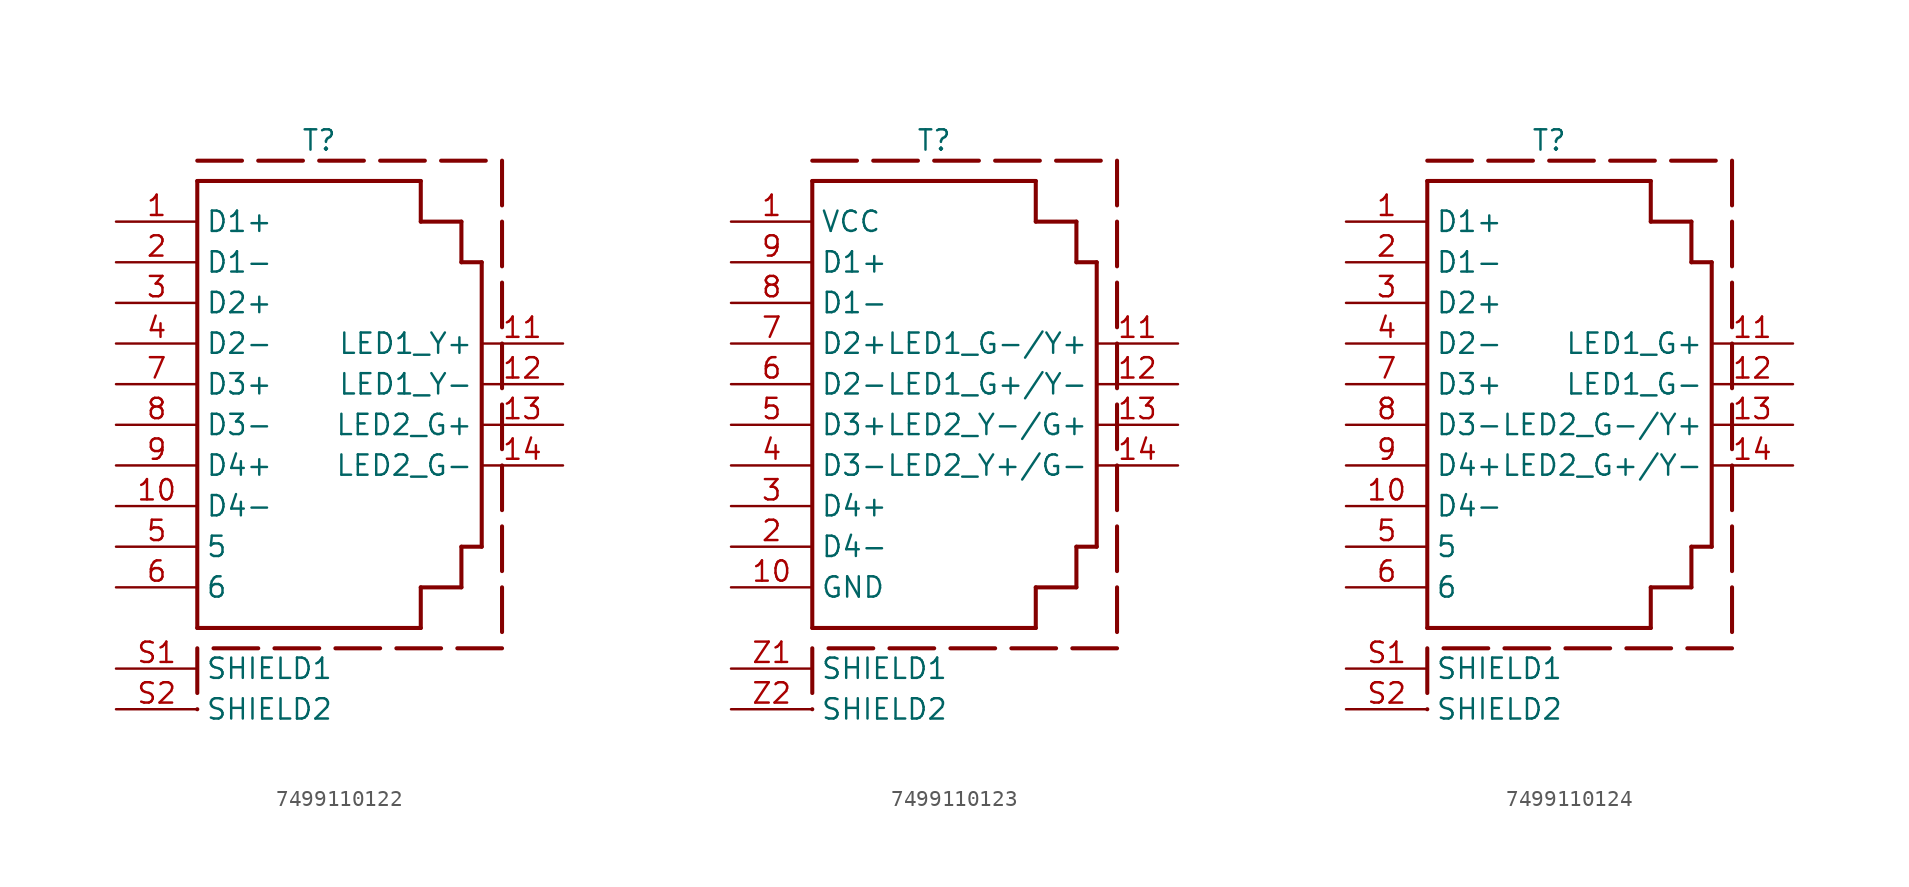
<source format=kicad_sym>
(kicad_symbol_lib
  (version 20220914)
  (generator kicad_symbol_editor)
  (symbol "7499110122"
    (property "Reference" "T"
      (at 0 17.78 0)
      (effects (font (size 1.27 1.27))))
    (property "Critical Parameter" ""
      (at 0 -5.08 0)
      (effects (font (size 1.27 1.27)) (justify left)))
    (symbol "7499110122_0_0"
      (polyline (pts (xy -7.62 -12.7) (xy -7.62 15.24)) (stroke (width 0.254) (type default)) (fill (type none)))
      (polyline (pts (xy -7.62 15.24) (xy 6.35 15.24)) (stroke (width 0.254) (type default)) (fill (type none)))
      (polyline (pts (xy 6.35 -12.7) (xy -7.62 -12.7)) (stroke (width 0.254) (type default)) (fill (type none)))
      (polyline (pts (xy 6.35 -12.7) (xy 6.35 -10.16)) (stroke (width 0.254) (type default)) (fill (type none)))
      (polyline (pts (xy 6.35 -10.16) (xy 8.89 -10.16)) (stroke (width 0.254) (type default)) (fill (type none)))
      (polyline (pts (xy 6.35 12.7) (xy 8.89 12.7)) (stroke (width 0.254) (type default)) (fill (type none)))
      (polyline (pts (xy 6.35 15.24) (xy 6.35 12.7)) (stroke (width 0.254) (type default)) (fill (type none)))
      (polyline (pts (xy 8.89 -10.16) (xy 8.89 -7.62)) (stroke (width 0.254) (type default)) (fill (type none)))
      (polyline (pts (xy 8.89 -7.62) (xy 10.16 -7.62)) (stroke (width 0.254) (type default)) (fill (type none)))
      (polyline (pts (xy 8.89 10.16) (xy 10.16 10.16)) (stroke (width 0.254) (type default)) (fill (type none)))
      (polyline (pts (xy 8.89 12.7) (xy 8.89 10.16)) (stroke (width 0.254) (type default)) (fill (type none)))
      (polyline (pts (xy 10.16 10.16) (xy 10.16 -7.62)) (stroke (width 0.254) (type default)) (fill (type none)))
      (pin passive line (at -12.7 12.7 0) (length 5.08) (name "D1+" (effects (font (size 1.27 1.27)))) (number "1" (effects (font (size 1.27 1.27)))))
      (pin passive line (at -12.7 -5.08 0) (length 5.08) (name "D4-" (effects (font (size 1.27 1.27)))) (number "10" (effects (font (size 1.27 1.27)))))
      (pin passive line (at -12.7 10.16 0) (length 5.08) (name "D1-" (effects (font (size 1.27 1.27)))) (number "2" (effects (font (size 1.27 1.27)))))
      (pin passive line (at -12.7 7.62 0) (length 5.08) (name "D2+" (effects (font (size 1.27 1.27)))) (number "3" (effects (font (size 1.27 1.27)))))
      (pin passive line (at -12.7 5.08 0) (length 5.08) (name "D2-" (effects (font (size 1.27 1.27)))) (number "4" (effects (font (size 1.27 1.27)))))
      (pin passive line (at -12.7 -7.62 0) (length 5.08) (name "5" (effects (font (size 1.27 1.27)))) (number "5" (effects (font (size 1.27 1.27)))))
      (pin passive line (at -12.7 -10.16 0) (length 5.08) (name "6" (effects (font (size 1.27 1.27)))) (number "6" (effects (font (size 1.27 1.27)))))
      (pin passive line (at -12.7 2.54 0) (length 5.08) (name "D3+" (effects (font (size 1.27 1.27)))) (number "7" (effects (font (size 1.27 1.27)))))
      (pin passive line (at -12.7 0 0) (length 5.08) (name "D3-" (effects (font (size 1.27 1.27)))) (number "8" (effects (font (size 1.27 1.27)))))
      (pin passive line (at -12.7 -2.54 0) (length 5.08) (name "D4+" (effects (font (size 1.27 1.27)))) (number "9" (effects (font (size 1.27 1.27)))))
      (pin passive line (at -12.7 -15.24 0) (length 5.08) (name "SHIELD1" (effects (font (size 1.27 1.27)))) (number "S1" (effects (font (size 1.27 1.27)))))
      (pin passive line (at -12.7 -17.78 0) (length 5.08) (name "SHIELD2" (effects (font (size 1.27 1.27)))) (number "S2" (effects (font (size 1.27 1.27))))))
    (symbol "7499110122_1_0"
      (pin passive line (at 15.24 5.08 180) (length 5.08) (name "LED1_Y+" (effects (font (size 1.27 1.27)))) (number "11" (effects (font (size 1.27 1.27)))))
      (pin passive line (at 15.24 2.54 180) (length 5.08) (name "LED1_Y-" (effects (font (size 1.27 1.27)))) (number "12" (effects (font (size 1.27 1.27)))))
      (pin passive line (at 15.24 0 180) (length 5.08) (name "LED2_G+" (effects (font (size 1.27 1.27)))) (number "13" (effects (font (size 1.27 1.27)))))
      (pin passive line (at 15.24 -2.54 180) (length 5.08) (name "LED2_G-" (effects (font (size 1.27 1.27)))) (number "14" (effects (font (size 1.27 1.27))))))
    (symbol "7499110122_1_1"
      (polyline (pts (xy -7.62 16.51) (xy 11.43 16.51) (xy 11.43 -13.97) (xy -7.62 -13.97) (xy -7.62 -17.78)) (stroke (width 0.254) (type dash)) (fill (type none)))))
  (symbol "7499110123"
    (property "Reference" "T"
      (at 0 17.78 0)
      (effects (font (size 1.27 1.27))))
    (property "Critical Parameter" ""
      (at 0 -5.08 0)
      (effects (font (size 1.27 1.27)) (justify left)))
    (symbol "7499110123_0_0"
      (polyline (pts (xy -7.62 -12.7) (xy -7.62 15.24)) (stroke (width 0.254) (type default)) (fill (type none)))
      (polyline (pts (xy -7.62 15.24) (xy 6.35 15.24)) (stroke (width 0.254) (type default)) (fill (type none)))
      (polyline (pts (xy 6.35 -12.7) (xy -7.62 -12.7)) (stroke (width 0.254) (type default)) (fill (type none)))
      (polyline (pts (xy 6.35 -12.7) (xy 6.35 -10.16)) (stroke (width 0.254) (type default)) (fill (type none)))
      (polyline (pts (xy 6.35 -10.16) (xy 8.89 -10.16)) (stroke (width 0.254) (type default)) (fill (type none)))
      (polyline (pts (xy 6.35 12.7) (xy 8.89 12.7)) (stroke (width 0.254) (type default)) (fill (type none)))
      (polyline (pts (xy 6.35 15.24) (xy 6.35 12.7)) (stroke (width 0.254) (type default)) (fill (type none)))
      (polyline (pts (xy 8.89 -10.16) (xy 8.89 -7.62)) (stroke (width 0.254) (type default)) (fill (type none)))
      (polyline (pts (xy 8.89 -7.62) (xy 10.16 -7.62)) (stroke (width 0.254) (type default)) (fill (type none)))
      (polyline (pts (xy 8.89 10.16) (xy 10.16 10.16)) (stroke (width 0.254) (type default)) (fill (type none)))
      (polyline (pts (xy 8.89 12.7) (xy 8.89 10.16)) (stroke (width 0.254) (type default)) (fill (type none)))
      (polyline (pts (xy 10.16 10.16) (xy 10.16 -7.62)) (stroke (width 0.254) (type default)) (fill (type none)))
      (pin passive line (at -12.7 12.7 0) (length 5.08) (name "VCC" (effects (font (size 1.27 1.27)))) (number "1" (effects (font (size 1.27 1.27)))))
      (pin passive line (at -12.7 -10.16 0) (length 5.08) (name "GND" (effects (font (size 1.27 1.27)))) (number "10" (effects (font (size 1.27 1.27)))))
      (pin passive line (at -12.7 -7.62 0) (length 5.08) (name "D4-" (effects (font (size 1.27 1.27)))) (number "2" (effects (font (size 1.27 1.27)))))
      (pin passive line (at -12.7 -5.08 0) (length 5.08) (name "D4+" (effects (font (size 1.27 1.27)))) (number "3" (effects (font (size 1.27 1.27)))))
      (pin passive line (at -12.7 -2.54 0) (length 5.08) (name "D3-" (effects (font (size 1.27 1.27)))) (number "4" (effects (font (size 1.27 1.27)))))
      (pin passive line (at -12.7 0 0) (length 5.08) (name "D3+" (effects (font (size 1.27 1.27)))) (number "5" (effects (font (size 1.27 1.27)))))
      (pin passive line (at -12.7 2.54 0) (length 5.08) (name "D2-" (effects (font (size 1.27 1.27)))) (number "6" (effects (font (size 1.27 1.27)))))
      (pin passive line (at -12.7 5.08 0) (length 5.08) (name "D2+" (effects (font (size 1.27 1.27)))) (number "7" (effects (font (size 1.27 1.27)))))
      (pin passive line (at -12.7 7.62 0) (length 5.08) (name "D1-" (effects (font (size 1.27 1.27)))) (number "8" (effects (font (size 1.27 1.27)))))
      (pin passive line (at -12.7 10.16 0) (length 5.08) (name "D1+" (effects (font (size 1.27 1.27)))) (number "9" (effects (font (size 1.27 1.27)))))
      (pin passive line (at -12.7 -15.24 0) (length 5.08) (name "SHIELD1" (effects (font (size 1.27 1.27)))) (number "Z1" (effects (font (size 1.27 1.27)))))
      (pin passive line (at -12.7 -17.78 0) (length 5.08) (name "SHIELD2" (effects (font (size 1.27 1.27)))) (number "Z2" (effects (font (size 1.27 1.27))))))
    (symbol "7499110123_1_0"
      (pin passive line (at 15.24 5.08 180) (length 5.08) (name "LED1_G-/Y+" (effects (font (size 1.27 1.27)))) (number "11" (effects (font (size 1.27 1.27)))))
      (pin passive line (at 15.24 2.54 180) (length 5.08) (name "LED1_G+/Y-" (effects (font (size 1.27 1.27)))) (number "12" (effects (font (size 1.27 1.27)))))
      (pin passive line (at 15.24 0 180) (length 5.08) (name "LED2_Y-/G+" (effects (font (size 1.27 1.27)))) (number "13" (effects (font (size 1.27 1.27)))))
      (pin passive line (at 15.24 -2.54 180) (length 5.08) (name "LED2_Y+/G-" (effects (font (size 1.27 1.27)))) (number "14" (effects (font (size 1.27 1.27))))))
    (symbol "7499110123_1_1"
      (polyline (pts (xy -7.62 16.51) (xy 11.43 16.51) (xy 11.43 -13.97) (xy -7.62 -13.97) (xy -7.62 -17.78)) (stroke (width 0.254) (type dash)) (fill (type none)))))
  (symbol "7499110124"
    (property "Reference" "T"
      (at 0 17.78 0)
      (effects (font (size 1.27 1.27))))
    (property "Critical Parameter" ""
      (at 0 -5.08 0)
      (effects (font (size 1.27 1.27)) (justify left)))
    (symbol "7499110124_0_0"
      (polyline (pts (xy -7.62 -12.7) (xy -7.62 15.24)) (stroke (width 0.254) (type default)) (fill (type none)))
      (polyline (pts (xy -7.62 15.24) (xy 6.35 15.24)) (stroke (width 0.254) (type default)) (fill (type none)))
      (polyline (pts (xy 6.35 -12.7) (xy -7.62 -12.7)) (stroke (width 0.254) (type default)) (fill (type none)))
      (polyline (pts (xy 6.35 -12.7) (xy 6.35 -10.16)) (stroke (width 0.254) (type default)) (fill (type none)))
      (polyline (pts (xy 6.35 -10.16) (xy 8.89 -10.16)) (stroke (width 0.254) (type default)) (fill (type none)))
      (polyline (pts (xy 6.35 12.7) (xy 8.89 12.7)) (stroke (width 0.254) (type default)) (fill (type none)))
      (polyline (pts (xy 6.35 15.24) (xy 6.35 12.7)) (stroke (width 0.254) (type default)) (fill (type none)))
      (polyline (pts (xy 8.89 -10.16) (xy 8.89 -7.62)) (stroke (width 0.254) (type default)) (fill (type none)))
      (polyline (pts (xy 8.89 -7.62) (xy 10.16 -7.62)) (stroke (width 0.254) (type default)) (fill (type none)))
      (polyline (pts (xy 8.89 10.16) (xy 10.16 10.16)) (stroke (width 0.254) (type default)) (fill (type none)))
      (polyline (pts (xy 8.89 12.7) (xy 8.89 10.16)) (stroke (width 0.254) (type default)) (fill (type none)))
      (polyline (pts (xy 10.16 10.16) (xy 10.16 -7.62)) (stroke (width 0.254) (type default)) (fill (type none)))
      (pin passive line (at -12.7 12.7 0) (length 5.08) (name "D1+" (effects (font (size 1.27 1.27)))) (number "1" (effects (font (size 1.27 1.27)))))
      (pin passive line (at -12.7 -5.08 0) (length 5.08) (name "D4-" (effects (font (size 1.27 1.27)))) (number "10" (effects (font (size 1.27 1.27)))))
      (pin passive line (at -12.7 10.16 0) (length 5.08) (name "D1-" (effects (font (size 1.27 1.27)))) (number "2" (effects (font (size 1.27 1.27)))))
      (pin passive line (at -12.7 7.62 0) (length 5.08) (name "D2+" (effects (font (size 1.27 1.27)))) (number "3" (effects (font (size 1.27 1.27)))))
      (pin passive line (at -12.7 5.08 0) (length 5.08) (name "D2-" (effects (font (size 1.27 1.27)))) (number "4" (effects (font (size 1.27 1.27)))))
      (pin passive line (at -12.7 -7.62 0) (length 5.08) (name "5" (effects (font (size 1.27 1.27)))) (number "5" (effects (font (size 1.27 1.27)))))
      (pin passive line (at -12.7 -10.16 0) (length 5.08) (name "6" (effects (font (size 1.27 1.27)))) (number "6" (effects (font (size 1.27 1.27)))))
      (pin passive line (at -12.7 2.54 0) (length 5.08) (name "D3+" (effects (font (size 1.27 1.27)))) (number "7" (effects (font (size 1.27 1.27)))))
      (pin passive line (at -12.7 0 0) (length 5.08) (name "D3-" (effects (font (size 1.27 1.27)))) (number "8" (effects (font (size 1.27 1.27)))))
      (pin passive line (at -12.7 -2.54 0) (length 5.08) (name "D4+" (effects (font (size 1.27 1.27)))) (number "9" (effects (font (size 1.27 1.27)))))
      (pin passive line (at -12.7 -15.24 0) (length 5.08) (name "SHIELD1" (effects (font (size 1.27 1.27)))) (number "S1" (effects (font (size 1.27 1.27)))))
      (pin passive line (at -12.7 -17.78 0) (length 5.08) (name "SHIELD2" (effects (font (size 1.27 1.27)))) (number "S2" (effects (font (size 1.27 1.27))))))
    (symbol "7499110124_1_0"
      (pin passive line (at 15.24 5.08 180) (length 5.08) (name "LED1_G+" (effects (font (size 1.27 1.27)))) (number "11" (effects (font (size 1.27 1.27)))))
      (pin passive line (at 15.24 2.54 180) (length 5.08) (name "LED1_G-" (effects (font (size 1.27 1.27)))) (number "12" (effects (font (size 1.27 1.27)))))
      (pin passive line (at 15.24 0 180) (length 5.08) (name "LED2_G-/Y+" (effects (font (size 1.27 1.27)))) (number "13" (effects (font (size 1.27 1.27)))))
      (pin passive line (at 15.24 -2.54 180) (length 5.08) (name "LED2_G+/Y-" (effects (font (size 1.27 1.27)))) (number "14" (effects (font (size 1.27 1.27))))))
    (symbol "7499110124_1_1"
      (polyline (pts (xy -7.62 16.51) (xy 11.43 16.51) (xy 11.43 -13.97) (xy -7.62 -13.97) (xy -7.62 -17.78)) (stroke (width 0.254) (type dash)) (fill (type none))))))
</source>
